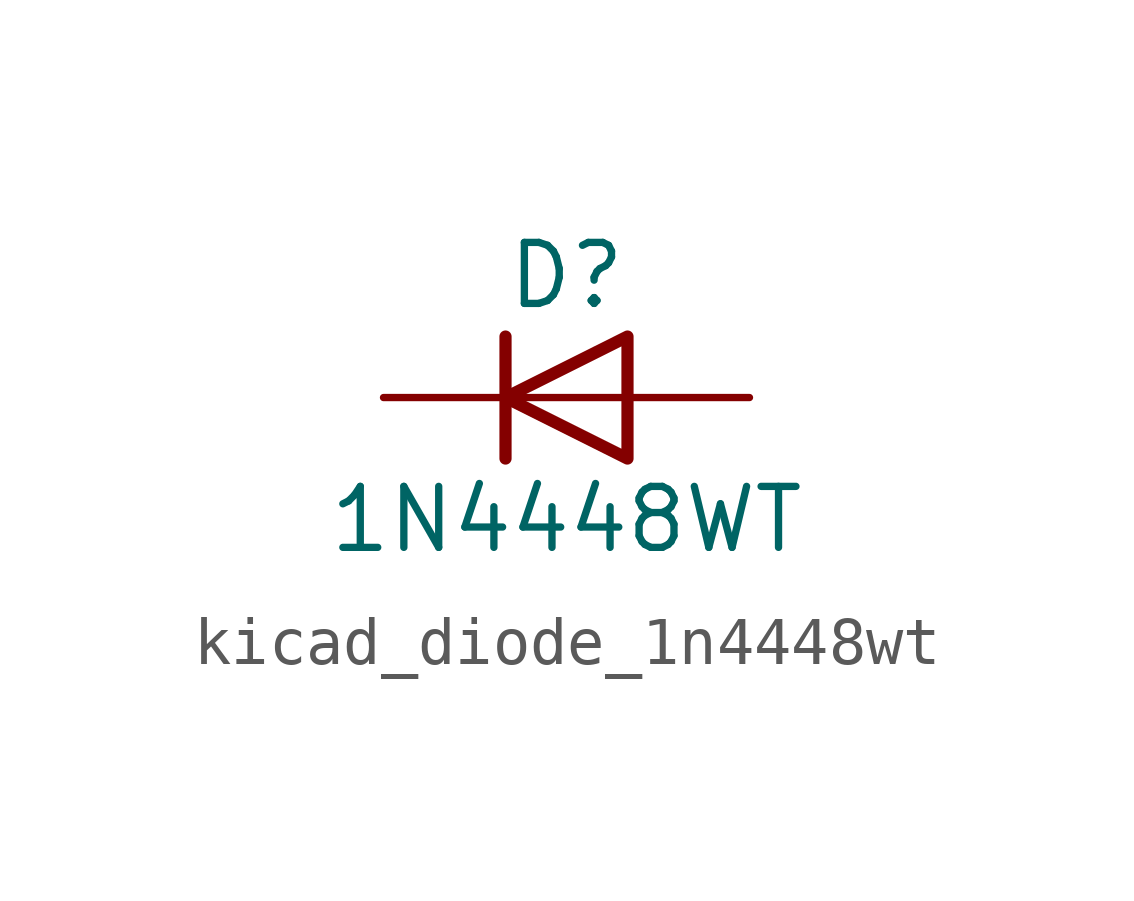
<source format=kicad_sym>
(kicad_symbol_lib
  (version 20220914)
  (generator kicad_symbol_editor)
  (symbol "kicad_diode_1n4448wt"
    (pin_numbers hide)
    (pin_names hide)
    (property "Reference" "D"
      (at 0 2.54 0)
      (effects (font (size 1.27 1.27))))
    (property "Value" "1N4448WT"
      (at 0 -2.54 0)
      (effects (font (size 1.27 1.27))))
    (symbol "kicad_diode_1n4448wt_0_1"
      (polyline (pts (xy -1.27 1.27) (xy -1.27 -1.27)) (stroke (width 0.254) (type default)) (fill (type none)))
      (polyline (pts (xy 1.27 0) (xy -1.27 0)) (stroke (width 0) (type default)) (fill (type none)))
      (polyline (pts (xy 1.27 1.27) (xy 1.27 -1.27) (xy -1.27 0) (xy 1.27 1.27)) (stroke (width 0.254) (type default)) (fill (type none))))
    (symbol "kicad_diode_1n4448wt_1_1"
      (pin passive line (at -3.81 0 0) (length 2.54) (name "K" (effects (font (size 1.27 1.27)))) (number "1" (effects (font (size 1.27 1.27)))))
      (pin passive line (at 3.81 0 180) (length 2.54) (name "A" (effects (font (size 1.27 1.27)))) (number "2" (effects (font (size 1.27 1.27))))))))
</source>
